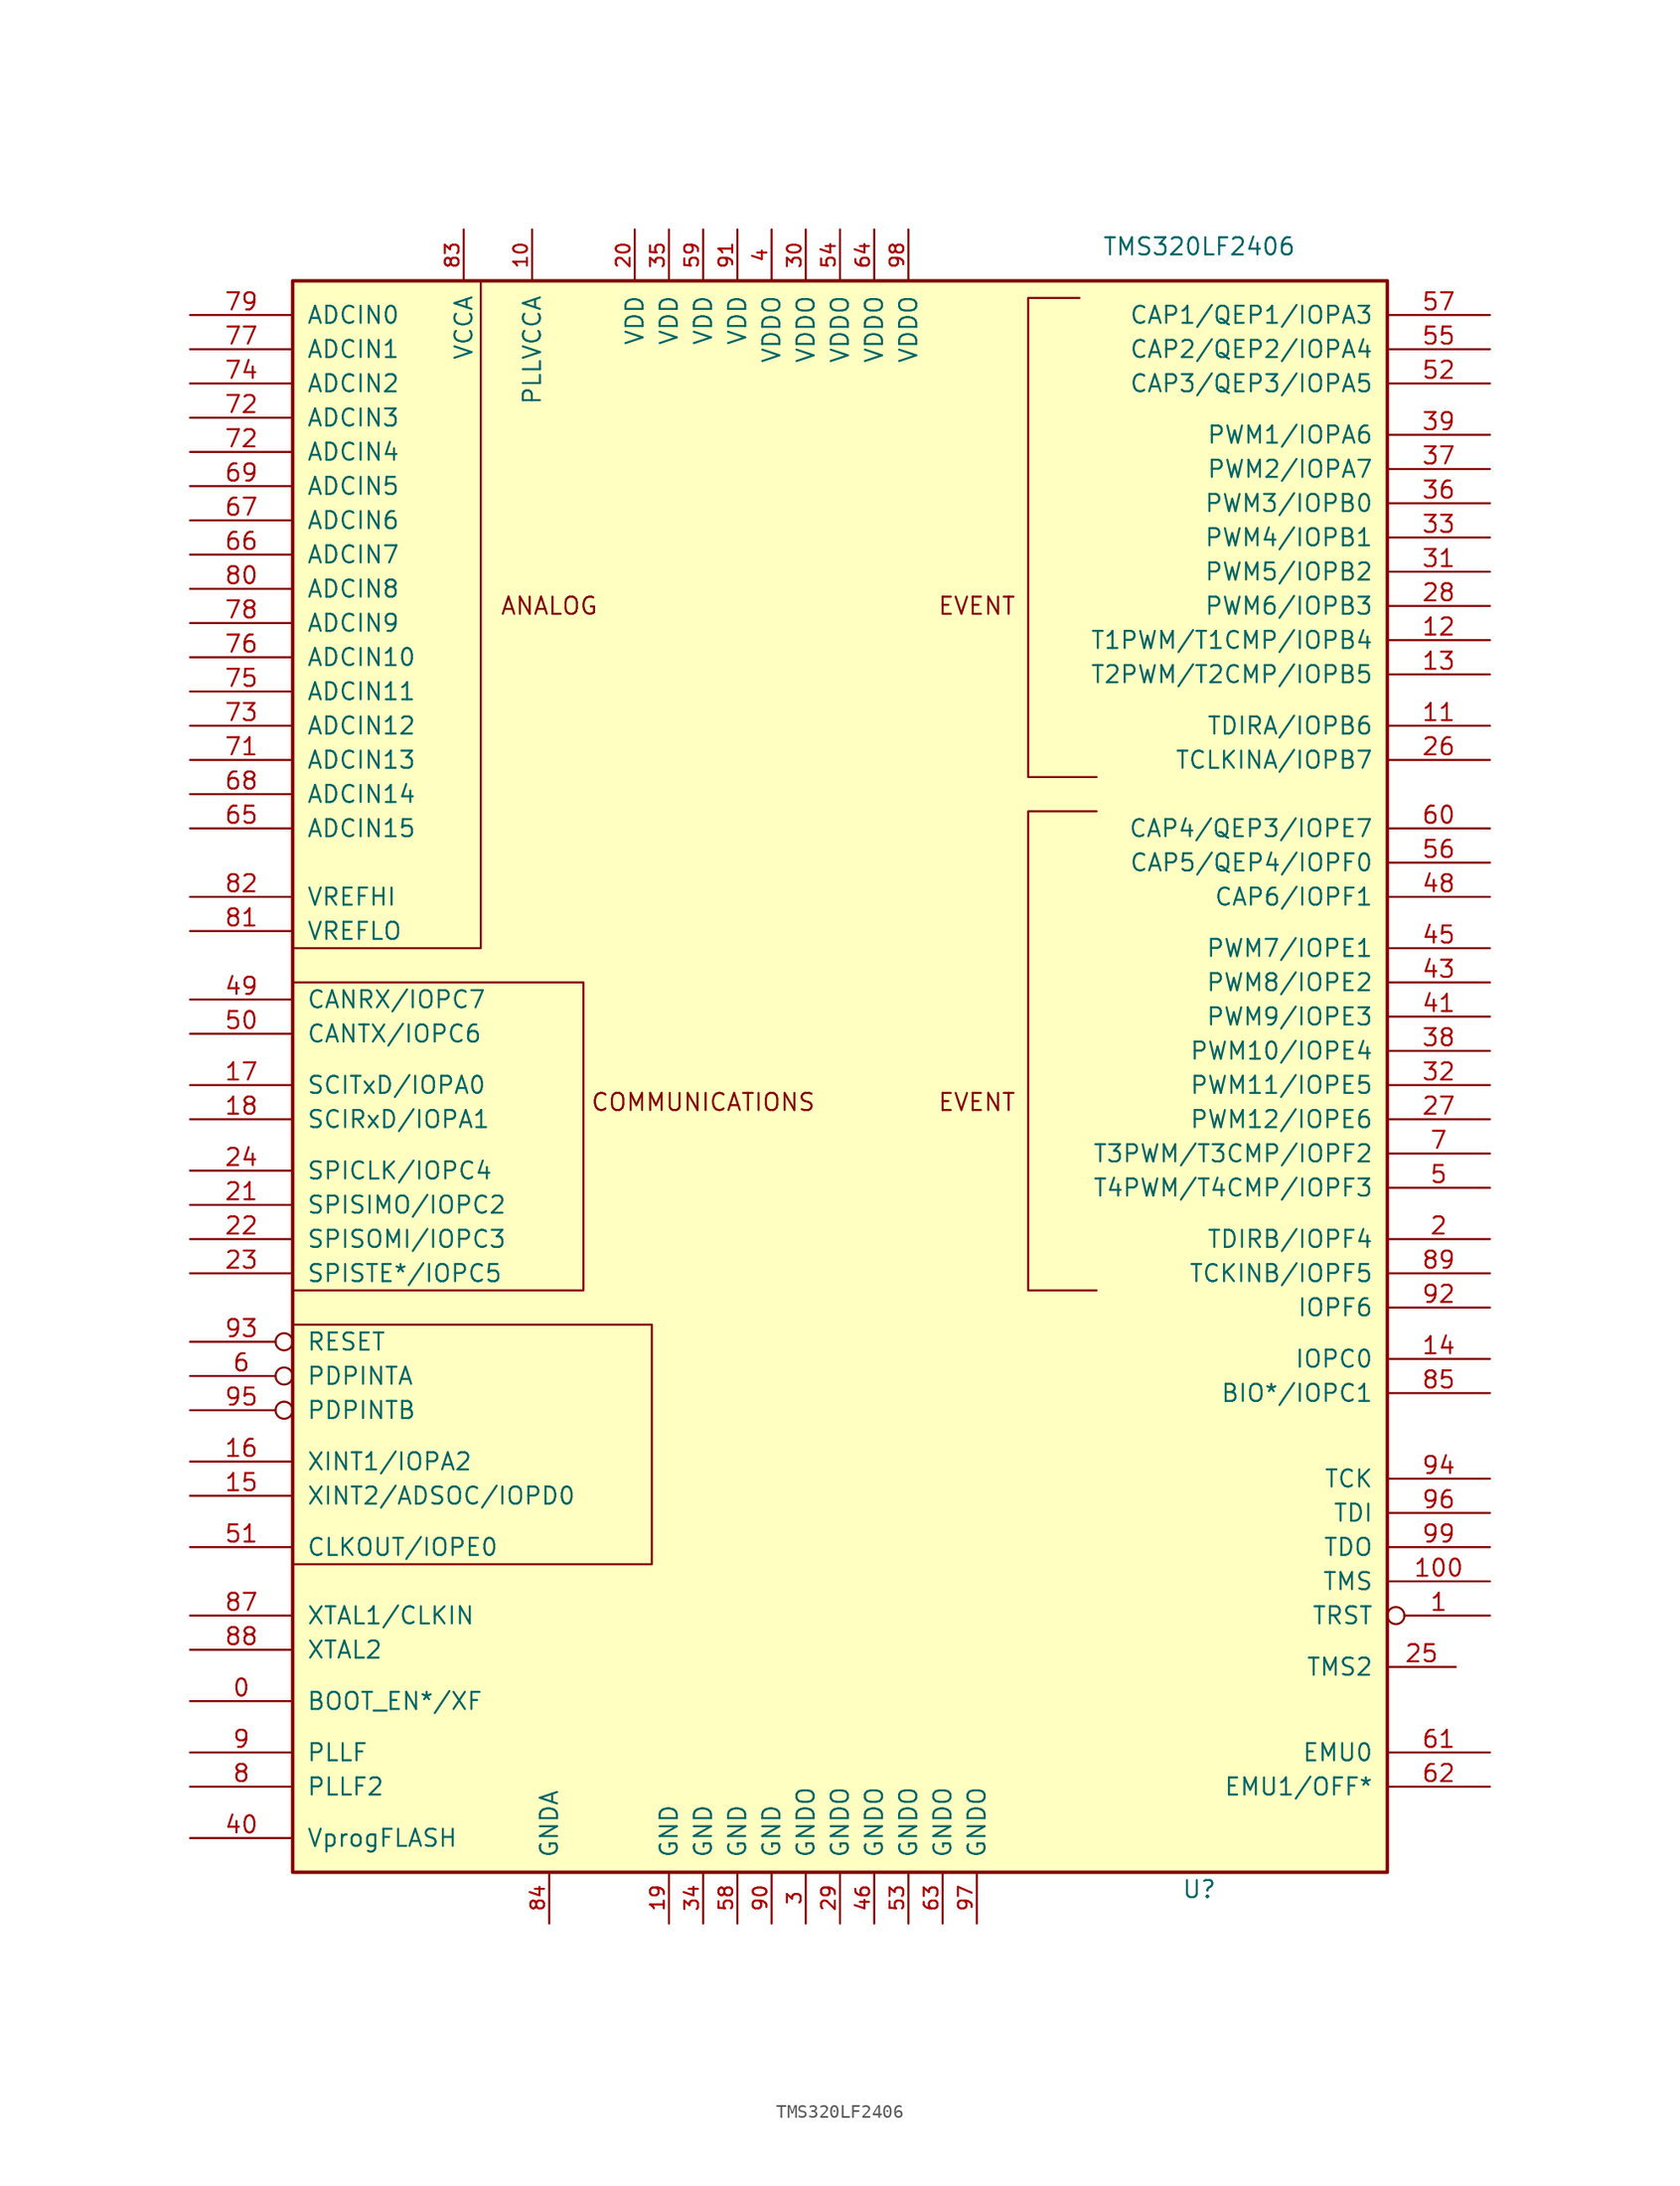
<source format=kicad_sym>
(kicad_symbol_lib
  (version 20201005)
  (generator kicad_symbol_editor)
  (symbol "MCU_Texas:TMS320LF2406"
    (pin_names
      (offset 1.016))
    (property "Reference" "U"
      (at 26.67 -60.96 0)
      (effects (font (size 1.27 1.27))))
    (property "Value" "TMS320LF2406"
      (at 26.67 60.96 0)
      (effects (font (size 1.27 1.27))))
    (symbol "TMS320LF2406_0_1"
      (text "ANALOG" (at -21.59 34.29 0) (effects (font (size 1.27 1.27))))
      (text "COMMUNICATIONS" (at -10.16 -2.54 0) (effects (font (size 1.27 1.27))))
      (text "EVENT" (at 10.16 -2.54 0) (effects (font (size 1.27 1.27))))
      (text "EVENT" (at 10.16 34.29 0) (effects (font (size 1.27 1.27))))
      (rectangle (start -40.64 58.42) (end 40.64 -59.69) (stroke (width 0.254)) (fill (type background)))
      (polyline (pts (xy -26.67 58.42) (xy -26.67 8.89) (xy -40.64 8.89)) (stroke (width 0)) (fill (type none)))
      (polyline (pts (xy -40.64 -19.05) (xy -13.97 -19.05) (xy -13.97 -36.83) (xy -40.64 -36.83)) (stroke (width 0)) (fill (type none)))
      (polyline (pts (xy -40.64 6.35) (xy -19.05 6.35) (xy -19.05 -16.51) (xy -40.64 -16.51)) (stroke (width 0)) (fill (type none)))
      (polyline (pts (xy 17.78 57.15) (xy 13.97 57.15) (xy 13.97 21.59) (xy 19.05 21.59)) (stroke (width 0)) (fill (type none)))
      (polyline (pts (xy 19.05 19.05) (xy 13.97 19.05) (xy 13.97 -16.51) (xy 19.05 -16.51)) (stroke (width 0)) (fill (type none)))
      (pin input line (at -48.26 53.34 0) (length 7.62) (name "ADCIN1" (effects (font (size 1.27 1.27)))) (number "77" (effects (font (size 1.27 1.27))))))
    (symbol "TMS320LF2406_1_1"
      (pin input line (at -48.26 -46.99 0) (length 7.62) (name "BOOT_EN*/XF" (effects (font (size 1.27 1.27)))) (number "0" (effects (font (size 1.27 1.27)))))
      (pin input inverted (at 48.26 -40.64 180) (length 7.62) (name "TRST" (effects (font (size 1.27 1.27)))) (number "1" (effects (font (size 1.27 1.27)))))
      (pin bidirectional line (at 48.26 -12.7 180) (length 7.62) (name "TDIRB/IOPF4" (effects (font (size 1.27 1.27)))) (number "2" (effects (font (size 1.27 1.27)))))
      (pin power_in line (at -2.54 -63.5 90) (length 3.81) (name "GNDO" (effects (font (size 1.27 1.27)))) (number "3" (effects (font (size 1.016 1.016)))))
      (pin power_in line (at -5.08 62.23 270) (length 3.81) (name "VDDO" (effects (font (size 1.27 1.27)))) (number "4" (effects (font (size 1.016 1.016)))))
      (pin bidirectional line (at 48.26 -8.89 180) (length 7.62) (name "T4PWM/T4CMP/IOPF3" (effects (font (size 1.27 1.27)))) (number "5" (effects (font (size 1.27 1.27)))))
      (pin input inverted (at -48.26 -22.86 0) (length 7.62) (name "PDPINTA" (effects (font (size 1.27 1.27)))) (number "6" (effects (font (size 1.27 1.27)))))
      (pin bidirectional line (at 48.26 -6.35 180) (length 7.62) (name "T3PWM/T3CMP/IOPF2" (effects (font (size 1.27 1.27)))) (number "7" (effects (font (size 1.27 1.27)))))
      (pin input line (at -48.26 -53.34 0) (length 7.62) (name "PLLF2" (effects (font (size 1.27 1.27)))) (number "8" (effects (font (size 1.27 1.27)))))
      (pin input line (at -48.26 -50.8 0) (length 7.62) (name "PLLF" (effects (font (size 1.27 1.27)))) (number "9" (effects (font (size 1.27 1.27)))))
      (pin power_in line (at -22.86 62.23 270) (length 3.81) (name "PLLVCCA" (effects (font (size 1.27 1.27)))) (number "10" (effects (font (size 1.016 1.016)))))
      (pin power_in line (at -15.24 62.23 270) (length 3.81) (name "VDD" (effects (font (size 1.27 1.27)))) (number "20" (effects (font (size 1.016 1.016)))))
      (pin power_in line (at -2.54 62.23 270) (length 3.81) (name "VDDO" (effects (font (size 1.27 1.27)))) (number "30" (effects (font (size 1.016 1.016)))))
      (pin input line (at -48.26 -57.15 0) (length 7.62) (name "VprogFLASH" (effects (font (size 1.27 1.27)))) (number "40" (effects (font (size 1.27 1.27)))))
      (pin bidirectional line (at -48.26 2.54 0) (length 7.62) (name "CANTX/IOPC6" (effects (font (size 1.27 1.27)))) (number "50" (effects (font (size 1.27 1.27)))))
      (pin bidirectional line (at 48.26 17.78 180) (length 7.62) (name "CAP4/QEP3/IOPE7" (effects (font (size 1.27 1.27)))) (number "60" (effects (font (size 1.27 1.27)))))
      (pin input line (at -48.26 35.56 0) (length 7.62) (name "ADCIN8" (effects (font (size 1.27 1.27)))) (number "80" (effects (font (size 1.27 1.27)))))
      (pin power_in line (at -5.08 -63.5 90) (length 3.81) (name "GND" (effects (font (size 1.27 1.27)))) (number "90" (effects (font (size 1.016 1.016)))))
      (pin bidirectional line (at 48.26 25.4 180) (length 7.62) (name "TDIRA/IOPB6" (effects (font (size 1.27 1.27)))) (number "11" (effects (font (size 1.27 1.27)))))
      (pin bidirectional line (at -48.26 -10.16 0) (length 7.62) (name "SPISIMO/IOPC2" (effects (font (size 1.27 1.27)))) (number "21" (effects (font (size 1.27 1.27)))))
      (pin bidirectional line (at 48.26 36.83 180) (length 7.62) (name "PWM5/IOPB2" (effects (font (size 1.27 1.27)))) (number "31" (effects (font (size 1.27 1.27)))))
      (pin bidirectional line (at 48.26 3.81 180) (length 7.62) (name "PWM9/IOPE3" (effects (font (size 1.27 1.27)))) (number "41" (effects (font (size 1.27 1.27)))))
      (pin bidirectional line (at -48.26 -35.56 0) (length 7.62) (name "CLKOUT/IOPE0" (effects (font (size 1.27 1.27)))) (number "51" (effects (font (size 1.27 1.27)))))
      (pin bidirectional line (at 48.26 -50.8 180) (length 7.62) (name "EMU0" (effects (font (size 1.27 1.27)))) (number "61" (effects (font (size 1.27 1.27)))))
      (pin input line (at -48.26 22.86 0) (length 7.62) (name "ADCIN13" (effects (font (size 1.27 1.27)))) (number "71" (effects (font (size 1.27 1.27)))))
      (pin input line (at -48.26 10.16 0) (length 7.62) (name "VREFLO" (effects (font (size 1.27 1.27)))) (number "81" (effects (font (size 1.27 1.27)))))
      (pin power_in line (at -7.62 62.23 270) (length 3.81) (name "VDD" (effects (font (size 1.27 1.27)))) (number "91" (effects (font (size 1.016 1.016)))))
      (pin bidirectional line (at 48.26 31.75 180) (length 7.62) (name "T1PWM/T1CMP/IOPB4" (effects (font (size 1.27 1.27)))) (number "12" (effects (font (size 1.27 1.27)))))
      (pin bidirectional line (at -48.26 -12.7 0) (length 7.62) (name "SPISOMI/IOPC3" (effects (font (size 1.27 1.27)))) (number "22" (effects (font (size 1.27 1.27)))))
      (pin bidirectional line (at 48.26 -1.27 180) (length 7.62) (name "PWM11/IOPE5" (effects (font (size 1.27 1.27)))) (number "32" (effects (font (size 1.27 1.27)))))
      (pin bidirectional line (at 48.26 50.8 180) (length 7.62) (name "CAP3/QEP3/IOPA5" (effects (font (size 1.27 1.27)))) (number "52" (effects (font (size 1.27 1.27)))))
      (pin bidirectional line (at 48.26 -53.34 180) (length 7.62) (name "EMU1/OFF*" (effects (font (size 1.27 1.27)))) (number "62" (effects (font (size 1.27 1.27)))))
      (pin input line (at -48.26 48.26 0) (length 7.62) (name "ADCIN3" (effects (font (size 1.27 1.27)))) (number "72" (effects (font (size 1.27 1.27)))))
      (pin input line (at -48.26 45.72 0) (length 7.62) (name "ADCIN4" (effects (font (size 1.27 1.27)))) (number "72" (effects (font (size 1.27 1.27)))))
      (pin input line (at -48.26 12.7 0) (length 7.62) (name "VREFHI" (effects (font (size 1.27 1.27)))) (number "82" (effects (font (size 1.27 1.27)))))
      (pin bidirectional line (at 48.26 -17.78 180) (length 7.62) (name "IOPF6" (effects (font (size 1.27 1.27)))) (number "92" (effects (font (size 1.27 1.27)))))
      (pin bidirectional line (at 48.26 29.21 180) (length 7.62) (name "T2PWM/T2CMP/IOPB5" (effects (font (size 1.27 1.27)))) (number "13" (effects (font (size 1.27 1.27)))))
      (pin bidirectional line (at -48.26 -15.24 0) (length 7.62) (name "SPISTE*/IOPC5" (effects (font (size 1.27 1.27)))) (number "23" (effects (font (size 1.27 1.27)))))
      (pin bidirectional line (at 48.26 39.37 180) (length 7.62) (name "PWM4/IOPB1" (effects (font (size 1.27 1.27)))) (number "33" (effects (font (size 1.27 1.27)))))
      (pin bidirectional line (at 48.26 6.35 180) (length 7.62) (name "PWM8/IOPE2" (effects (font (size 1.27 1.27)))) (number "43" (effects (font (size 1.27 1.27)))))
      (pin power_in line (at 5.08 -63.5 90) (length 3.81) (name "GNDO" (effects (font (size 1.27 1.27)))) (number "53" (effects (font (size 1.016 1.016)))))
      (pin power_in line (at 7.62 -63.5 90) (length 3.81) (name "GNDO" (effects (font (size 1.27 1.27)))) (number "63" (effects (font (size 1.016 1.016)))))
      (pin input line (at -48.26 25.4 0) (length 7.62) (name "ADCIN12" (effects (font (size 1.27 1.27)))) (number "73" (effects (font (size 1.27 1.27)))))
      (pin power_in line (at -27.94 62.23 270) (length 3.81) (name "VCCA" (effects (font (size 1.27 1.27)))) (number "83" (effects (font (size 1.016 1.016)))))
      (pin input inverted (at -48.26 -20.32 0) (length 7.62) (name "RESET" (effects (font (size 1.27 1.27)))) (number "93" (effects (font (size 1.27 1.27)))))
      (pin bidirectional line (at 48.26 -21.59 180) (length 7.62) (name "IOPC0" (effects (font (size 1.27 1.27)))) (number "14" (effects (font (size 1.27 1.27)))))
      (pin bidirectional line (at -48.26 -7.62 0) (length 7.62) (name "SPICLK/IOPC4" (effects (font (size 1.27 1.27)))) (number "24" (effects (font (size 1.27 1.27)))))
      (pin power_in line (at -10.16 -63.5 90) (length 3.81) (name "GND" (effects (font (size 1.27 1.27)))) (number "34" (effects (font (size 1.016 1.016)))))
      (pin power_in line (at 0 62.23 270) (length 3.81) (name "VDDO" (effects (font (size 1.27 1.27)))) (number "54" (effects (font (size 1.016 1.016)))))
      (pin power_in line (at 2.54 62.23 270) (length 3.81) (name "VDDO" (effects (font (size 1.27 1.27)))) (number "64" (effects (font (size 1.016 1.016)))))
      (pin input line (at -48.26 50.8 0) (length 7.62) (name "ADCIN2" (effects (font (size 1.27 1.27)))) (number "74" (effects (font (size 1.27 1.27)))))
      (pin power_in line (at -21.59 -63.5 90) (length 3.81) (name "GNDA" (effects (font (size 1.27 1.27)))) (number "84" (effects (font (size 1.016 1.016)))))
      (pin bidirectional line (at 48.26 -30.48 180) (length 7.62) (name "TCK" (effects (font (size 1.27 1.27)))) (number "94" (effects (font (size 1.27 1.27)))))
      (pin bidirectional line (at -48.26 -31.75 0) (length 7.62) (name "XINT2/ADSOC/IOPD0" (effects (font (size 1.27 1.27)))) (number "15" (effects (font (size 1.27 1.27)))))
      (pin input line (at 45.72 -44.45 180) (length 5.08) (name "TMS2" (effects (font (size 1.27 1.27)))) (number "25" (effects (font (size 1.27 1.27)))))
      (pin power_in line (at -12.7 62.23 270) (length 3.81) (name "VDD" (effects (font (size 1.27 1.27)))) (number "35" (effects (font (size 1.016 1.016)))))
      (pin bidirectional line (at 48.26 8.89 180) (length 7.62) (name "PWM7/IOPE1" (effects (font (size 1.27 1.27)))) (number "45" (effects (font (size 1.27 1.27)))))
      (pin bidirectional line (at 48.26 53.34 180) (length 7.62) (name "CAP2/QEP2/IOPA4" (effects (font (size 1.27 1.27)))) (number "55" (effects (font (size 1.27 1.27)))))
      (pin input line (at -48.26 17.78 0) (length 7.62) (name "ADCIN15" (effects (font (size 1.27 1.27)))) (number "65" (effects (font (size 1.27 1.27)))))
      (pin input line (at -48.26 27.94 0) (length 7.62) (name "ADCIN11" (effects (font (size 1.27 1.27)))) (number "75" (effects (font (size 1.27 1.27)))))
      (pin bidirectional line (at 48.26 -24.13 180) (length 7.62) (name "BIO*/IOPC1" (effects (font (size 1.27 1.27)))) (number "85" (effects (font (size 1.27 1.27)))))
      (pin input inverted (at -48.26 -25.4 0) (length 7.62) (name "PDPINTB" (effects (font (size 1.27 1.27)))) (number "95" (effects (font (size 1.27 1.27)))))
      (pin bidirectional line (at -48.26 -29.21 0) (length 7.62) (name "XINT1/IOPA2" (effects (font (size 1.27 1.27)))) (number "16" (effects (font (size 1.27 1.27)))))
      (pin bidirectional line (at 48.26 22.86 180) (length 7.62) (name "TCLKINA/IOPB7" (effects (font (size 1.27 1.27)))) (number "26" (effects (font (size 1.27 1.27)))))
      (pin bidirectional line (at 48.26 41.91 180) (length 7.62) (name "PWM3/IOPB0" (effects (font (size 1.27 1.27)))) (number "36" (effects (font (size 1.27 1.27)))))
      (pin power_in line (at 2.54 -63.5 90) (length 3.81) (name "GNDO" (effects (font (size 1.27 1.27)))) (number "46" (effects (font (size 1.016 1.016)))))
      (pin bidirectional line (at 48.26 15.24 180) (length 7.62) (name "CAP5/QEP4/IOPF0" (effects (font (size 1.27 1.27)))) (number "56" (effects (font (size 1.27 1.27)))))
      (pin input line (at -48.26 38.1 0) (length 7.62) (name "ADCIN7" (effects (font (size 1.27 1.27)))) (number "66" (effects (font (size 1.27 1.27)))))
      (pin input line (at -48.26 30.48 0) (length 7.62) (name "ADCIN10" (effects (font (size 1.27 1.27)))) (number "76" (effects (font (size 1.27 1.27)))))
      (pin input line (at 48.26 -33.02 180) (length 7.62) (name "TDI" (effects (font (size 1.27 1.27)))) (number "96" (effects (font (size 1.27 1.27)))))
      (pin bidirectional line (at -48.26 -1.27 0) (length 7.62) (name "SCITxD/IOPA0" (effects (font (size 1.27 1.27)))) (number "17" (effects (font (size 1.27 1.27)))))
      (pin bidirectional line (at 48.26 -3.81 180) (length 7.62) (name "PWM12/IOPE6" (effects (font (size 1.27 1.27)))) (number "27" (effects (font (size 1.27 1.27)))))
      (pin bidirectional line (at 48.26 44.45 180) (length 7.62) (name "PWM2/IOPA7" (effects (font (size 1.27 1.27)))) (number "37" (effects (font (size 1.27 1.27)))))
      (pin bidirectional line (at 48.26 55.88 180) (length 7.62) (name "CAP1/QEP1/IOPA3" (effects (font (size 1.27 1.27)))) (number "57" (effects (font (size 1.27 1.27)))))
      (pin input line (at -48.26 40.64 0) (length 7.62) (name "ADCIN6" (effects (font (size 1.27 1.27)))) (number "67" (effects (font (size 1.27 1.27)))))
      (pin input line (at -48.26 -40.64 0) (length 7.62) (name "XTAL1/CLKIN" (effects (font (size 1.27 1.27)))) (number "87" (effects (font (size 1.27 1.27)))))
      (pin power_in line (at 10.16 -63.5 90) (length 3.81) (name "GNDO" (effects (font (size 1.27 1.27)))) (number "97" (effects (font (size 1.016 1.016)))))
      (pin bidirectional line (at -48.26 -3.81 0) (length 7.62) (name "SCIRxD/IOPA1" (effects (font (size 1.27 1.27)))) (number "18" (effects (font (size 1.27 1.27)))))
      (pin bidirectional line (at 48.26 34.29 180) (length 7.62) (name "PWM6/IOPB3" (effects (font (size 1.27 1.27)))) (number "28" (effects (font (size 1.27 1.27)))))
      (pin bidirectional line (at 48.26 1.27 180) (length 7.62) (name "PWM10/IOPE4" (effects (font (size 1.27 1.27)))) (number "38" (effects (font (size 1.27 1.27)))))
      (pin bidirectional line (at 48.26 12.7 180) (length 7.62) (name "CAP6/IOPF1" (effects (font (size 1.27 1.27)))) (number "48" (effects (font (size 1.27 1.27)))))
      (pin power_in line (at -7.62 -63.5 90) (length 3.81) (name "GND" (effects (font (size 1.27 1.27)))) (number "58" (effects (font (size 1.016 1.016)))))
      (pin input line (at -48.26 20.32 0) (length 7.62) (name "ADCIN14" (effects (font (size 1.27 1.27)))) (number "68" (effects (font (size 1.27 1.27)))))
      (pin input line (at -48.26 33.02 0) (length 7.62) (name "ADCIN9" (effects (font (size 1.27 1.27)))) (number "78" (effects (font (size 1.27 1.27)))))
      (pin output line (at -48.26 -43.18 0) (length 7.62) (name "XTAL2" (effects (font (size 1.27 1.27)))) (number "88" (effects (font (size 1.27 1.27)))))
      (pin power_in line (at 5.08 62.23 270) (length 3.81) (name "VDDO" (effects (font (size 1.27 1.27)))) (number "98" (effects (font (size 1.016 1.016)))))
      (pin power_in line (at -12.7 -63.5 90) (length 3.81) (name "GND" (effects (font (size 1.27 1.27)))) (number "19" (effects (font (size 1.016 1.016)))))
      (pin power_in line (at 0 -63.5 90) (length 3.81) (name "GNDO" (effects (font (size 1.27 1.27)))) (number "29" (effects (font (size 1.016 1.016)))))
      (pin bidirectional line (at 48.26 46.99 180) (length 7.62) (name "PWM1/IOPA6" (effects (font (size 1.27 1.27)))) (number "39" (effects (font (size 1.27 1.27)))))
      (pin bidirectional line (at -48.26 5.08 0) (length 7.62) (name "CANRX/IOPC7" (effects (font (size 1.27 1.27)))) (number "49" (effects (font (size 1.27 1.27)))))
      (pin power_in line (at -10.16 62.23 270) (length 3.81) (name "VDD" (effects (font (size 1.27 1.27)))) (number "59" (effects (font (size 1.016 1.016)))))
      (pin input line (at -48.26 43.18 0) (length 7.62) (name "ADCIN5" (effects (font (size 1.27 1.27)))) (number "69" (effects (font (size 1.27 1.27)))))
      (pin input line (at -48.26 55.88 0) (length 7.62) (name "ADCIN0" (effects (font (size 1.27 1.27)))) (number "79" (effects (font (size 1.27 1.27)))))
      (pin bidirectional line (at 48.26 -15.24 180) (length 7.62) (name "TCKINB/IOPF5" (effects (font (size 1.27 1.27)))) (number "89" (effects (font (size 1.27 1.27)))))
      (pin output line (at 48.26 -35.56 180) (length 7.62) (name "TDO" (effects (font (size 1.27 1.27)))) (number "99" (effects (font (size 1.27 1.27)))))
      (pin input line (at 48.26 -38.1 180) (length 7.62) (name "TMS" (effects (font (size 1.27 1.27)))) (number "100" (effects (font (size 1.27 1.27))))))))
</source>
